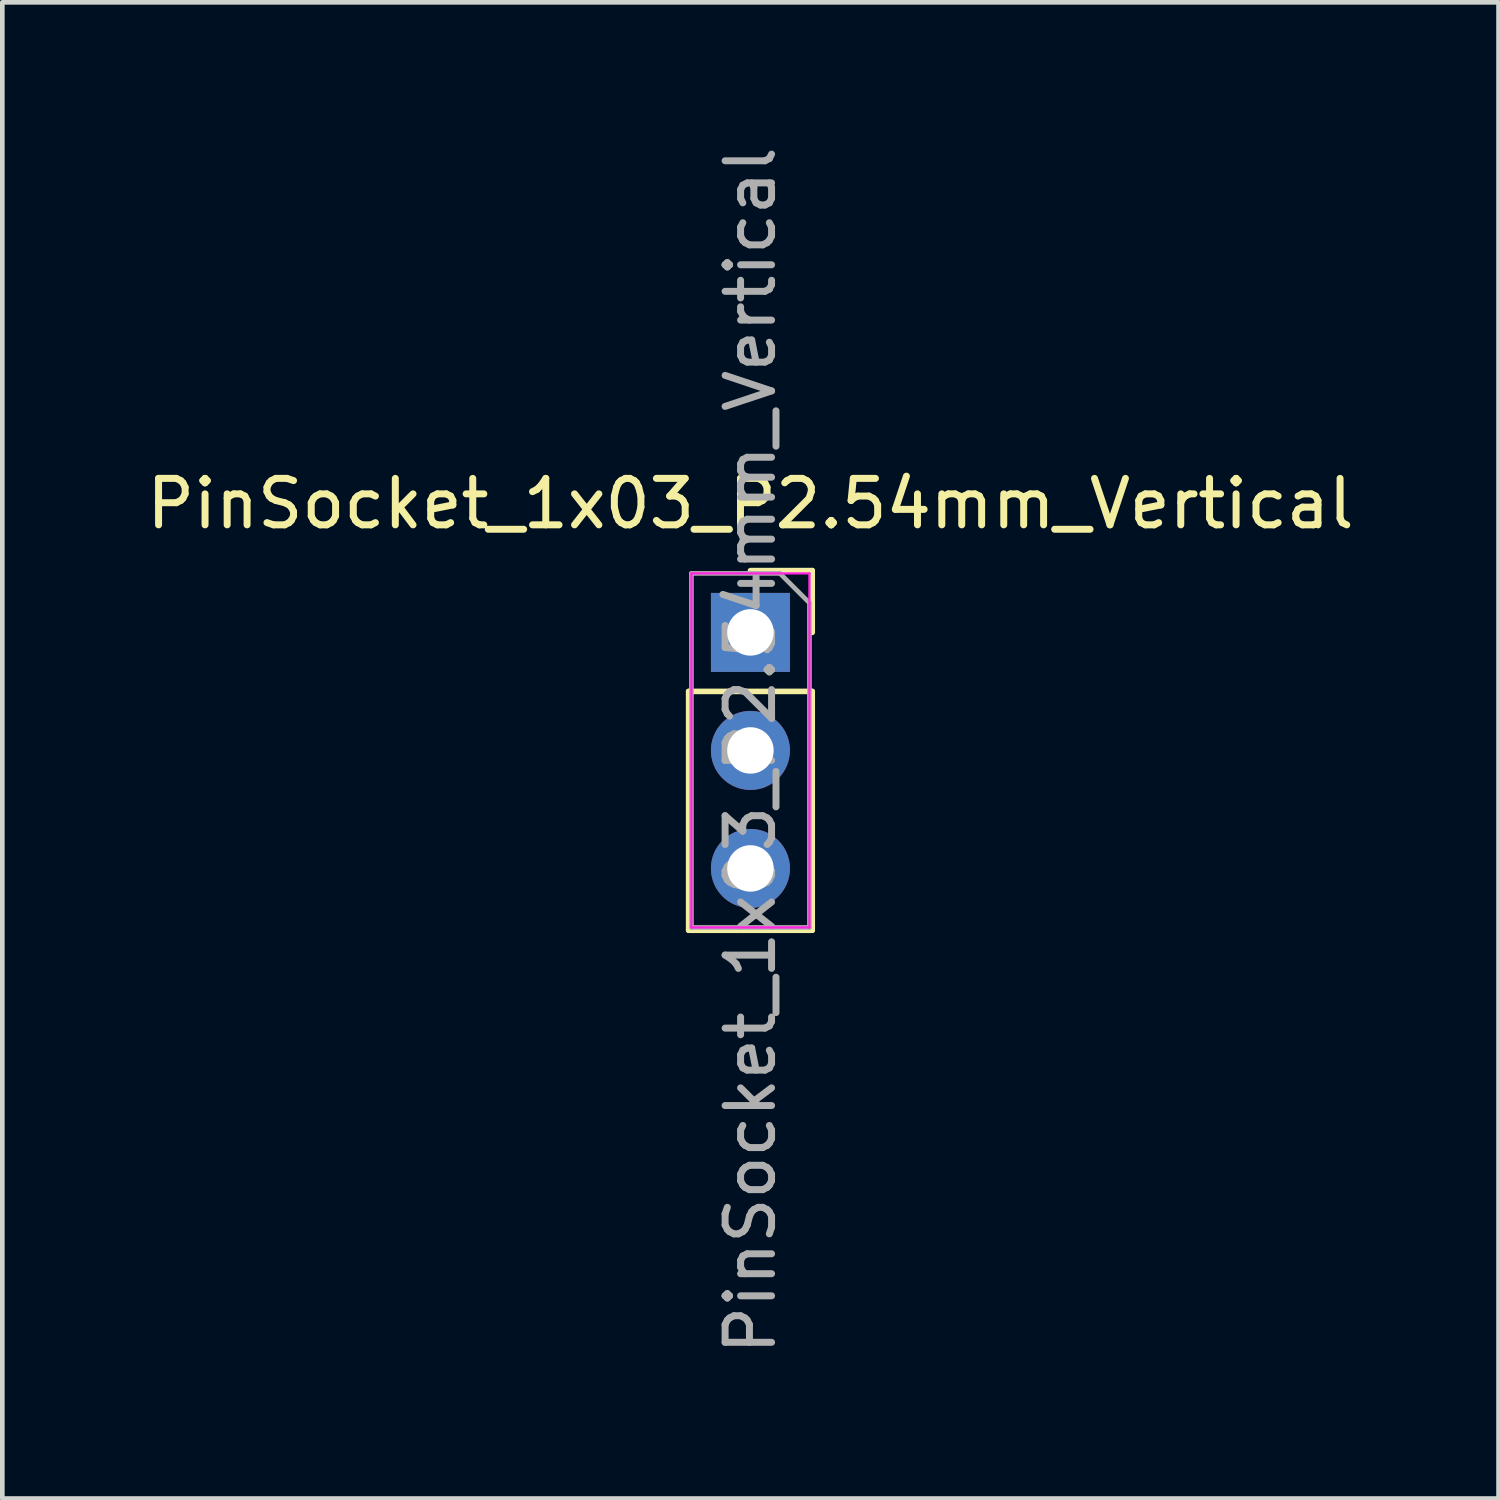
<source format=kicad_pcb>
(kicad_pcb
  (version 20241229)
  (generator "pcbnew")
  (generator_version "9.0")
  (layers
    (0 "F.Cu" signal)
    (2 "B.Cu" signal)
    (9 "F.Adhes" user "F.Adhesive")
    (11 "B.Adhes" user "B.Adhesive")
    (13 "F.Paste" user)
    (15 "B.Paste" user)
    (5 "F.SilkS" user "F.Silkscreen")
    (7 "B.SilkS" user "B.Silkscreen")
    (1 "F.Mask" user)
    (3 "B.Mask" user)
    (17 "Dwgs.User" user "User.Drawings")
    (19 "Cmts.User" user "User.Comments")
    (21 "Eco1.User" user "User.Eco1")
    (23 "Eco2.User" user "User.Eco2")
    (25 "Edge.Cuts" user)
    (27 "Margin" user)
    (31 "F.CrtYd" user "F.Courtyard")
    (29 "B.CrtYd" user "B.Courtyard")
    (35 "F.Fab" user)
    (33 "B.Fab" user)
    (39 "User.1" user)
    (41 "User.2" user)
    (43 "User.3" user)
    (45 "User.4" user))
  (footprint "PinSocket_1x03_P2.54mm_Vertical"
    (layer "F.Cu")
    (at 13.101 10.561)
    (property "Reference" "PinSocket_1x03_P2.54mm_Vertical" (at 0 -2.77 0) (layer "F.SilkS") (effects (font (size 1 1) (thickness 0.15))))
    (attr through_hole)
    (fp_line (start -1.33 1.27) (end -1.33 6.41) (stroke (width 0.12) (type solid)) (layer "F.SilkS"))
    (fp_line (start -1.33 1.27) (end 1.33 1.27) (stroke (width 0.12) (type solid)) (layer "F.SilkS"))
    (fp_line (start -1.33 6.41) (end 1.33 6.41) (stroke (width 0.12) (type solid)) (layer "F.SilkS"))
    (fp_line (start 0 -1.33) (end 1.33 -1.33) (stroke (width 0.12) (type solid)) (layer "F.SilkS"))
    (fp_line (start 1.33 -1.33) (end 1.33 0) (stroke (width 0.12) (type solid)) (layer "F.SilkS"))
    (fp_line (start 1.33 1.27) (end 1.33 6.41) (stroke (width 0.12) (type solid)) (layer "F.SilkS"))
    (fp_line (start -1.27 -1.27) (end 1.27 -1.27) (stroke (width 0.05) (type solid)) (layer "F.CrtYd"))
    (fp_line (start -1.27 6.35) (end -1.27 -1.27) (stroke (width 0.05) (type solid)) (layer "F.CrtYd"))
    (fp_line (start 1.27 -1.27) (end 1.27 6.35) (stroke (width 0.05) (type solid)) (layer "F.CrtYd"))
    (fp_line (start 1.27 6.35) (end -1.27 6.35) (stroke (width 0.05) (type solid)) (layer "F.CrtYd"))
    (fp_line (start -1.27 -1.27) (end 0.635 -1.27) (stroke (width 0.1) (type solid)) (layer "F.Fab"))
    (fp_line (start -1.27 6.35) (end -1.27 -1.27) (stroke (width 0.1) (type solid)) (layer "F.Fab"))
    (fp_line (start 0.635 -1.27) (end 1.27 -0.635) (stroke (width 0.1) (type solid)) (layer "F.Fab"))
    (fp_line (start 1.27 -0.635) (end 1.27 6.35) (stroke (width 0.1) (type solid)) (layer "F.Fab"))
    (fp_line (start 1.27 6.35) (end -1.27 6.35) (stroke (width 0.1) (type solid)) (layer "F.Fab"))
    (fp_text user "${REFERENCE}" (at 0 2.54 90) (layer "F.Fab") (effects (font (size 1 1) (thickness 0.15))))
    (pad "1" thru_hole rect (at 0 0) (size 1.7 1.7) (drill 1) (layers "*.Cu" "*.Mask"))
    (pad "2" thru_hole oval (at 0 2.54) (size 1.7 1.7) (drill 1) (layers "*.Cu" "*.Mask"))
    (pad "3" thru_hole oval (at 0 5.08) (size 1.7 1.7) (drill 1) (layers "*.Cu" "*.Mask")))
  (gr_rect
    (start -3 -3)
    (end 29.202 29.202)
    (stroke (width 0.1) (type default))
    (fill no)
    (layer "Edge.Cuts")))
</source>
